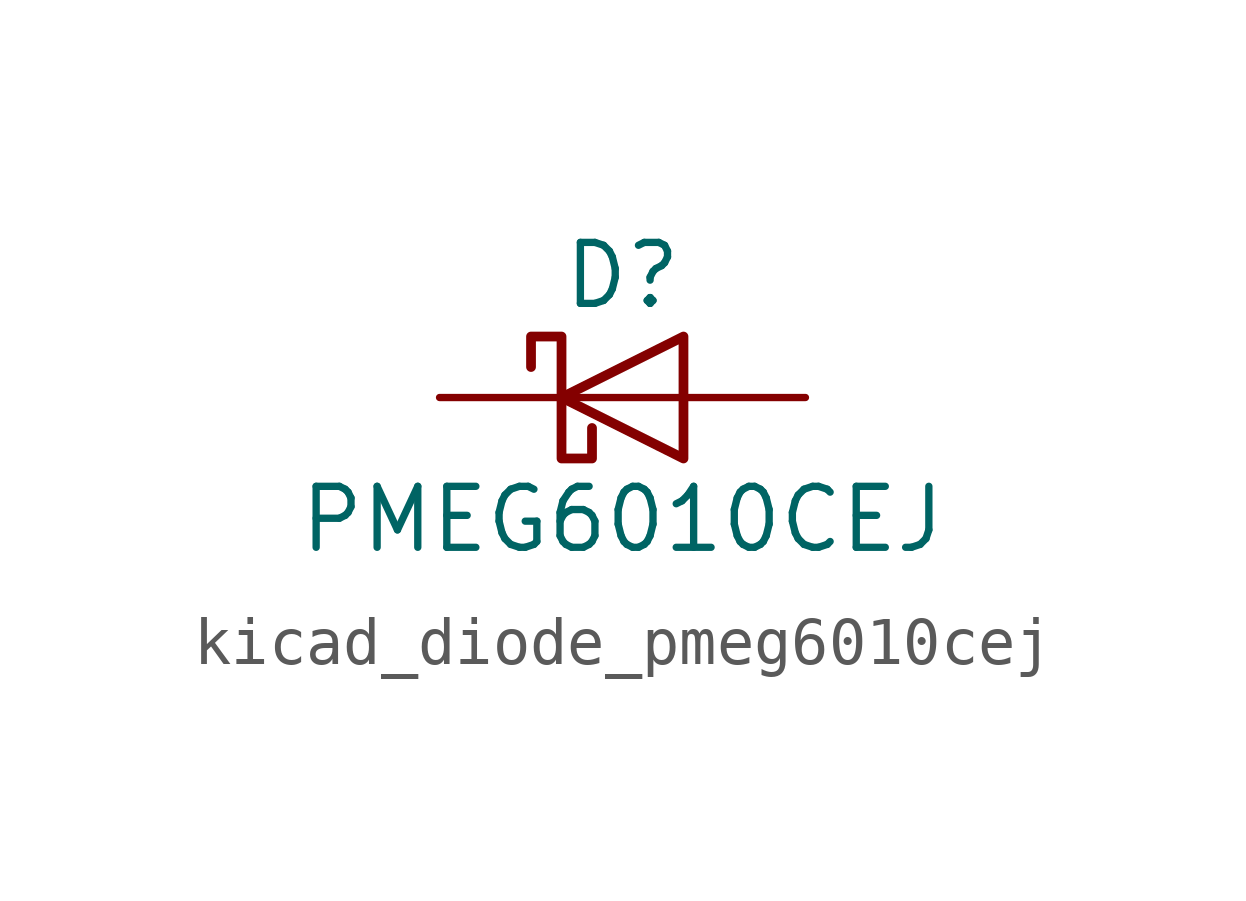
<source format=kicad_sym>
(kicad_symbol_lib
  (version 20220914)
  (generator kicad_symbol_editor)
  (symbol "kicad_diode_pmeg6010cej"
    (pin_numbers hide)
    (pin_names hide)
    (property "Reference" "D"
      (at 0 2.54 0)
      (effects (font (size 1.27 1.27))))
    (property "Value" "PMEG6010CEJ"
      (at 0 -2.54 0)
      (effects (font (size 1.27 1.27))))
    (symbol "kicad_diode_pmeg6010cej_0_1"
      (polyline (pts (xy 1.27 0) (xy -1.27 0)) (stroke (width 0) (type default)) (fill (type none)))
      (polyline (pts (xy 1.27 1.27) (xy 1.27 -1.27) (xy -1.27 0) (xy 1.27 1.27)) (stroke (width 0.203) (type default)) (fill (type none)))
      (polyline (pts (xy -1.905 0.635) (xy -1.905 1.27) (xy -1.27 1.27) (xy -1.27 -1.27) (xy -0.635 -1.27) (xy -0.635 -0.635)) (stroke (width 0.203) (type default)) (fill (type none))))
    (symbol "kicad_diode_pmeg6010cej_1_1"
      (pin passive line (at -3.81 0 0) (length 2.54) (name "K" (effects (font (size 1.27 1.27)))) (number "1" (effects (font (size 1.27 1.27)))))
      (pin passive line (at 3.81 0 180) (length 2.54) (name "A" (effects (font (size 1.27 1.27)))) (number "2" (effects (font (size 1.27 1.27))))))))
</source>
